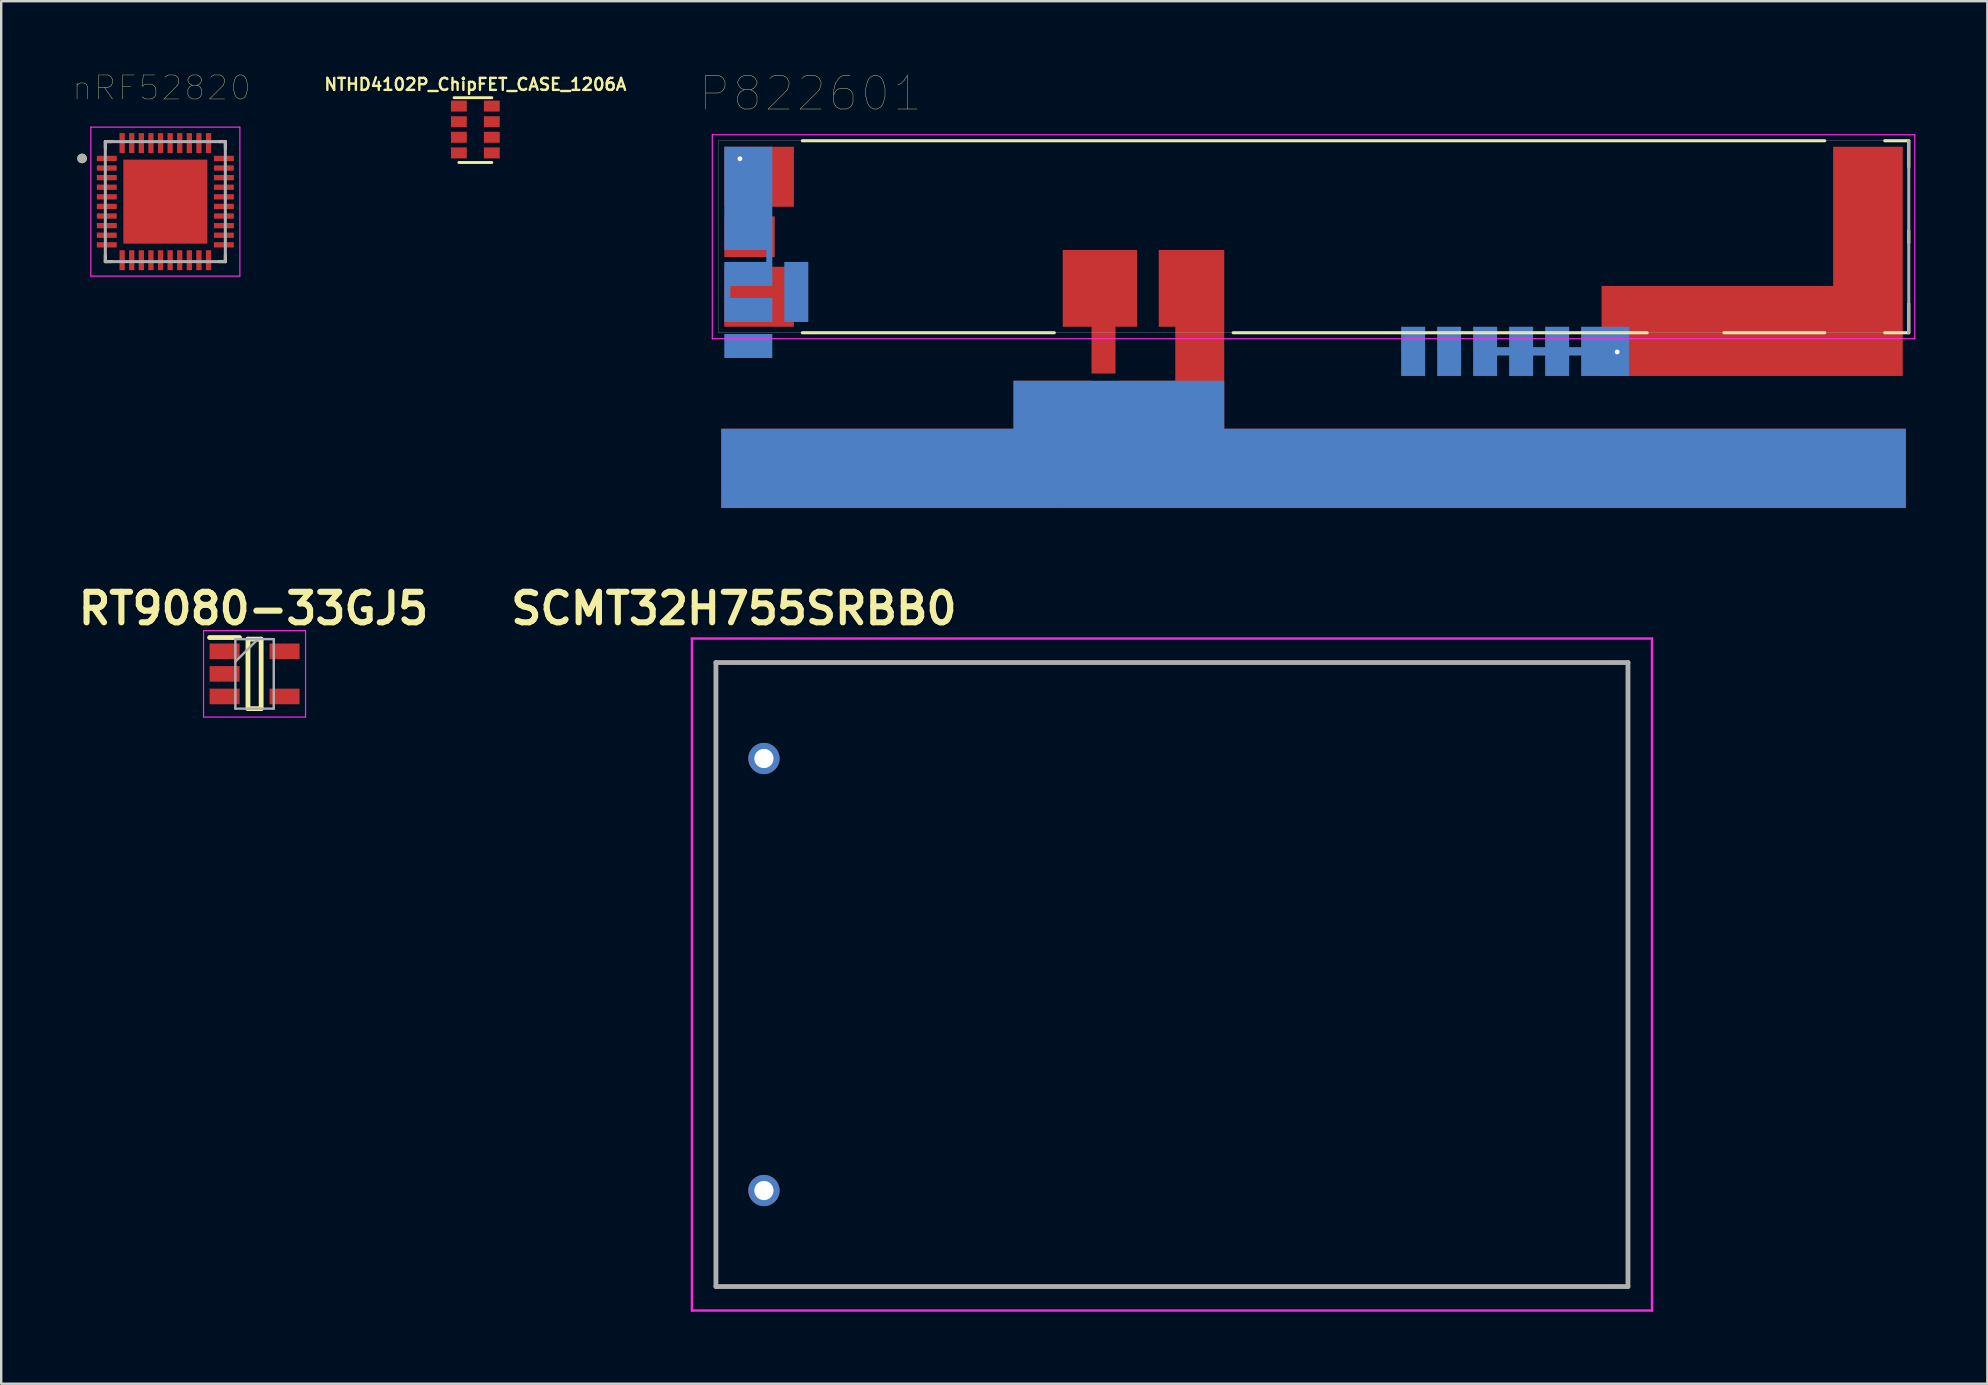
<source format=kicad_pcb>
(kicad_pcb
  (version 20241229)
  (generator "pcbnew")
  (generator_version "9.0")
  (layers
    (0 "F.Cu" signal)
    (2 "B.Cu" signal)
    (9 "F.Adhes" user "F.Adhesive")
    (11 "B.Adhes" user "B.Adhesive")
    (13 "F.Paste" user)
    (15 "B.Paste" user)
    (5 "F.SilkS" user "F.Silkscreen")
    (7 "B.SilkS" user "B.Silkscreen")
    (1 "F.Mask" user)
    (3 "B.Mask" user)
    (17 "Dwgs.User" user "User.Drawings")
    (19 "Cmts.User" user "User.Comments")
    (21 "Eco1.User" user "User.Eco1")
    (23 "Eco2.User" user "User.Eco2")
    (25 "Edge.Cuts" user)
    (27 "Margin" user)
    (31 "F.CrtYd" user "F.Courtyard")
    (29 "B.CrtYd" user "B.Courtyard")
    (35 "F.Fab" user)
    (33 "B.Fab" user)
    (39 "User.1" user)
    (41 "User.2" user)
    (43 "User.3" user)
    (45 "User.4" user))
  (footprint "nRF52820"
    (layer "F.Cu")
    (at 3.839 5.351)
    (property "Reference" "nRF52820" (at -0.155 -4.74 0) (layer "F.SilkS") (effects (font (size 1 1) (thickness 0.015))))
    (attr smd)
    (fp_line (start -2.5 -2.5) (end -2.5 -2.23) (stroke (width 0.127) (type solid)) (layer "F.SilkS"))
    (fp_line (start -2.5 -2.5) (end -2.23 -2.5) (stroke (width 0.127) (type solid)) (layer "F.SilkS"))
    (fp_line (start -2.5 2.5) (end -2.5 2.23) (stroke (width 0.127) (type solid)) (layer "F.SilkS"))
    (fp_line (start -2.5 2.5) (end -2.23 2.5) (stroke (width 0.127) (type solid)) (layer "F.SilkS"))
    (fp_line (start 2.5 -2.5) (end 2.23 -2.5) (stroke (width 0.127) (type solid)) (layer "F.SilkS"))
    (fp_line (start 2.5 -2.5) (end 2.5 -2.23) (stroke (width 0.127) (type solid)) (layer "F.SilkS"))
    (fp_line (start 2.5 2.5) (end 2.23 2.5) (stroke (width 0.127) (type solid)) (layer "F.SilkS"))
    (fp_line (start 2.5 2.5) (end 2.5 2.23) (stroke (width 0.127) (type solid)) (layer "F.SilkS"))
    (fp_circle (center -3.47 -1.8) (end -3.37 -1.8) (stroke (width 0.2) (type solid)) (fill no) (layer "F.SilkS"))
    (fp_poly (pts (xy -1.11 -1.11) (xy 1.11 -1.11) (xy 1.11 1.11) (xy -1.11 1.11)) (stroke (width 0.01) (type solid)) (fill yes) (layer "F.Paste"))
    (fp_line (start -3.105 -3.105) (end 3.105 -3.105) (stroke (width 0.05) (type solid)) (layer "F.CrtYd"))
    (fp_line (start -3.105 3.105) (end -3.105 -3.105) (stroke (width 0.05) (type solid)) (layer "F.CrtYd"))
    (fp_line (start -3.105 3.105) (end 3.105 3.105) (stroke (width 0.05) (type solid)) (layer "F.CrtYd"))
    (fp_line (start 3.105 3.105) (end 3.105 -3.105) (stroke (width 0.05) (type solid)) (layer "F.CrtYd"))
    (fp_line (start -2.5 2.5) (end -2.5 -2.5) (stroke (width 0.127) (type solid)) (layer "F.Fab"))
    (fp_line (start 2.5 -2.5) (end -2.5 -2.5) (stroke (width 0.127) (type solid)) (layer "F.Fab"))
    (fp_line (start 2.5 2.5) (end -2.5 2.5) (stroke (width 0.127) (type solid)) (layer "F.Fab"))
    (fp_line (start 2.5 2.5) (end 2.5 -2.5) (stroke (width 0.127) (type solid)) (layer "F.Fab"))
    (fp_circle (center -3.47 -1.8) (end -3.37 -1.8) (stroke (width 0.2) (type solid)) (fill no) (layer "F.Fab"))
    (pad "1" smd rect (at -2.44 -1.8) (size 0.83 0.22) (layers "F.Cu" "F.Mask" "F.Paste"))
    (pad "2" smd rect (at -2.44 -1.4) (size 0.83 0.22) (layers "F.Cu" "F.Mask" "F.Paste"))
    (pad "3" smd rect (at -2.44 -1) (size 0.83 0.22) (layers "F.Cu" "F.Mask" "F.Paste"))
    (pad "4" smd rect (at -2.44 -0.6) (size 0.83 0.22) (layers "F.Cu" "F.Mask" "F.Paste"))
    (pad "5" smd rect (at -2.44 -0.2) (size 0.83 0.22) (layers "F.Cu" "F.Mask" "F.Paste"))
    (pad "6" smd rect (at -2.44 0.2) (size 0.83 0.22) (layers "F.Cu" "F.Mask" "F.Paste"))
    (pad "7" smd rect (at -2.44 0.6) (size 0.83 0.22) (layers "F.Cu" "F.Mask" "F.Paste"))
    (pad "8" smd rect (at -2.44 1) (size 0.83 0.22) (layers "F.Cu" "F.Mask" "F.Paste"))
    (pad "9" smd rect (at -2.44 1.4) (size 0.83 0.22) (layers "F.Cu" "F.Mask" "F.Paste"))
    (pad "10" smd rect (at -2.44 1.8) (size 0.83 0.22) (layers "F.Cu" "F.Mask" "F.Paste"))
    (pad "11" smd rect (at -1.8 2.44) (size 0.22 0.83) (layers "F.Cu" "F.Mask" "F.Paste"))
    (pad "12" smd rect (at -1.4 2.44) (size 0.22 0.83) (layers "F.Cu" "F.Mask" "F.Paste"))
    (pad "13" smd rect (at -1 2.44) (size 0.22 0.83) (layers "F.Cu" "F.Mask" "F.Paste"))
    (pad "14" smd rect (at -0.6 2.44) (size 0.22 0.83) (layers "F.Cu" "F.Mask" "F.Paste"))
    (pad "15" smd rect (at -0.2 2.44) (size 0.22 0.83) (layers "F.Cu" "F.Mask" "F.Paste"))
    (pad "16" smd rect (at 0.2 2.44) (size 0.22 0.83) (layers "F.Cu" "F.Mask" "F.Paste"))
    (pad "17" smd rect (at 0.6 2.44) (size 0.22 0.83) (layers "F.Cu" "F.Mask" "F.Paste"))
    (pad "18" smd rect (at 1 2.44) (size 0.22 0.83) (layers "F.Cu" "F.Mask" "F.Paste"))
    (pad "19" smd rect (at 1.4 2.44) (size 0.22 0.83) (layers "F.Cu" "F.Mask" "F.Paste"))
    (pad "20" smd rect (at 1.8 2.44) (size 0.22 0.83) (layers "F.Cu" "F.Mask" "F.Paste"))
    (pad "21" smd rect (at 2.44 1.8) (size 0.83 0.22) (layers "F.Cu" "F.Mask" "F.Paste"))
    (pad "22" smd rect (at 2.44 1.4) (size 0.83 0.22) (layers "F.Cu" "F.Mask" "F.Paste"))
    (pad "23" smd rect (at 2.44 1) (size 0.83 0.22) (layers "F.Cu" "F.Mask" "F.Paste"))
    (pad "24" smd rect (at 2.44 0.6) (size 0.83 0.22) (layers "F.Cu" "F.Mask" "F.Paste"))
    (pad "25" smd rect (at 2.44 0.2) (size 0.83 0.22) (layers "F.Cu" "F.Mask" "F.Paste"))
    (pad "26" smd rect (at 2.44 -0.2) (size 0.83 0.22) (layers "F.Cu" "F.Mask" "F.Paste"))
    (pad "27" smd rect (at 2.44 -0.6) (size 0.83 0.22) (layers "F.Cu" "F.Mask" "F.Paste"))
    (pad "28" smd rect (at 2.44 -1) (size 0.83 0.22) (layers "F.Cu" "F.Mask" "F.Paste"))
    (pad "29" smd rect (at 2.44 -1.4) (size 0.83 0.22) (layers "F.Cu" "F.Mask" "F.Paste"))
    (pad "30" smd rect (at 2.44 -1.8) (size 0.83 0.22) (layers "F.Cu" "F.Mask" "F.Paste"))
    (pad "31" smd rect (at 1.8 -2.44) (size 0.22 0.83) (layers "F.Cu" "F.Mask" "F.Paste"))
    (pad "32" smd rect (at 1.4 -2.44) (size 0.22 0.83) (layers "F.Cu" "F.Mask" "F.Paste"))
    (pad "33" smd rect (at 1 -2.44) (size 0.22 0.83) (layers "F.Cu" "F.Mask" "F.Paste"))
    (pad "34" smd rect (at 0.6 -2.44) (size 0.22 0.83) (layers "F.Cu" "F.Mask" "F.Paste"))
    (pad "35" smd rect (at 0.2 -2.44) (size 0.22 0.83) (layers "F.Cu" "F.Mask" "F.Paste"))
    (pad "36" smd rect (at -0.2 -2.44) (size 0.22 0.83) (layers "F.Cu" "F.Mask" "F.Paste"))
    (pad "37" smd rect (at -0.6 -2.44) (size 0.22 0.83) (layers "F.Cu" "F.Mask" "F.Paste"))
    (pad "38" smd rect (at -1 -2.44) (size 0.22 0.83) (layers "F.Cu" "F.Mask" "F.Paste"))
    (pad "39" smd rect (at -1.4 -2.44) (size 0.22 0.83) (layers "F.Cu" "F.Mask" "F.Paste"))
    (pad "40" smd rect (at -1.8 -2.44) (size 0.22 0.83) (layers "F.Cu" "F.Mask" "F.Paste"))
    (pad "41" smd rect (at 0 0) (size 3.5 3.5) (layers "F.Cu" "F.Mask")))
  (footprint "NTHD4102P_ChipFET_CASE_1206A"
    (layer "F.Cu")
    (at 16.755 2.368)
    (property "Reference" "NTHD4102P_ChipFET_CASE_1206A" (at 0 -1.9 0) (layer "F.SilkS") (effects (font (size 0.5 0.5) (thickness 0.1))))
    (attr through_hole)
    (fp_line (start -0.886 -1.347) (end 0.686 -1.347) (stroke (width 0.12) (type solid)) (layer "F.SilkS"))
    (fp_line (start -0.686 1.353) (end 0.686 1.353) (stroke (width 0.12) (type solid)) (layer "F.SilkS"))
    (pad "1" smd rect (at -0.686 -0.998) (size 0.66 0.457) (layers "F.Cu" "F.Mask" "F.Paste"))
    (pad "2" smd rect (at -0.686 -0.347) (size 0.66 0.457) (layers "F.Cu" "F.Mask" "F.Paste"))
    (pad "3" smd rect (at -0.686 0.302) (size 0.66 0.457) (layers "F.Cu" "F.Mask" "F.Paste"))
    (pad "4" smd rect (at -0.686 0.953) (size 0.66 0.457) (layers "F.Cu" "F.Mask" "F.Paste"))
    (pad "5" smd rect (at 0.686 0.953) (size 0.66 0.457) (layers "F.Cu" "F.Mask" "F.Paste"))
    (pad "6" smd rect (at 0.686 0.302) (size 0.66 0.457) (layers "F.Cu" "F.Mask" "F.Paste"))
    (pad "7" smd rect (at 0.686 -0.347) (size 0.66 0.457) (layers "F.Cu" "F.Mask" "F.Paste"))
    (pad "8" smd rect (at 0.686 -0.998) (size 0.66 0.457) (layers "F.Cu" "F.Mask" "F.Paste")))
  (footprint "RT9080-33GJ5"
    (layer "F.Cu")
    (at 7.556 25.027)
    (property "Reference" "RT9080-33GJ5" (at -0.045 -2.724 0) (layer "F.SilkS") (effects (font (size 1.27 1.27) (thickness 0.254))))
    (attr smd)
    (fp_line (start -1.875 -1.514) (end -0.625 -1.514) (stroke (width 0.2) (type solid)) (layer "F.SilkS"))
    (fp_line (start -0.275 -1.448) (end 0.275 -1.448) (stroke (width 0.2) (type solid)) (layer "F.SilkS"))
    (fp_line (start -0.275 1.448) (end -0.275 -1.448) (stroke (width 0.2) (type solid)) (layer "F.SilkS"))
    (fp_line (start 0.275 -1.448) (end 0.275 1.448) (stroke (width 0.2) (type solid)) (layer "F.SilkS"))
    (fp_line (start 0.275 1.448) (end -0.275 1.448) (stroke (width 0.2) (type solid)) (layer "F.SilkS"))
    (fp_line (start -2.125 -1.8) (end 2.125 -1.8) (stroke (width 0.05) (type solid)) (layer "F.CrtYd"))
    (fp_line (start -2.125 1.8) (end -2.125 -1.8) (stroke (width 0.05) (type solid)) (layer "F.CrtYd"))
    (fp_line (start 2.125 -1.8) (end 2.125 1.8) (stroke (width 0.05) (type solid)) (layer "F.CrtYd"))
    (fp_line (start 2.125 1.8) (end -2.125 1.8) (stroke (width 0.05) (type solid)) (layer "F.CrtYd"))
    (fp_line (start -0.8 -1.448) (end 0.8 -1.448) (stroke (width 0.1) (type solid)) (layer "F.Fab"))
    (fp_line (start -0.8 -0.508) (end 0.14 -1.448) (stroke (width 0.1) (type solid)) (layer "F.Fab"))
    (fp_line (start -0.8 1.448) (end -0.8 -1.448) (stroke (width 0.1) (type solid)) (layer "F.Fab"))
    (fp_line (start 0.8 -1.448) (end 0.8 1.448) (stroke (width 0.1) (type solid)) (layer "F.Fab"))
    (fp_line (start 0.8 1.448) (end -0.8 1.448) (stroke (width 0.1) (type solid)) (layer "F.Fab"))
    (pad "1" smd rect (at -1.25 -0.94 90) (size 0.65 1.25) (layers "F.Cu" "F.Mask" "F.Paste"))
    (pad "2" smd rect (at -1.25 0 90) (size 0.65 1.25) (layers "F.Cu" "F.Mask" "F.Paste"))
    (pad "3" smd rect (at -1.25 0.94 90) (size 0.65 1.25) (layers "F.Cu" "F.Mask" "F.Paste"))
    (pad "4" smd rect (at 1.25 0.94 90) (size 0.65 1.25) (layers "F.Cu" "F.Mask" "F.Paste"))
    (pad "5" smd rect (at 1.25 -0.94 90) (size 0.65 1.25) (layers "F.Cu" "F.Mask" "F.Paste")))
  (footprint "SCMT32H755SRBB0"
    (layer "F.Cu")
    (at 28.779 31.803)
    (property "Reference" "SCMT32H755SRBB0" (at -1.25 -9.5 0) (layer "F.SilkS") (effects (font (size 1.27 1.27) (thickness 0.254))))
    (attr through_hole)
    (fp_line (start -2 -7.25) (end 36 -7.25) (stroke (width 0.1) (type solid)) (layer "F.SilkS"))
    (fp_line (start -2 18.75) (end -2 -7.25) (stroke (width 0.1) (type solid)) (layer "F.SilkS"))
    (fp_line (start 36 -7.25) (end 36 18.75) (stroke (width 0.1) (type solid)) (layer "F.SilkS"))
    (fp_line (start 36 18.75) (end -2 18.75) (stroke (width 0.1) (type solid)) (layer "F.SilkS"))
    (fp_line (start -3 -8.25) (end 37 -8.25) (stroke (width 0.1) (type solid)) (layer "F.CrtYd"))
    (fp_line (start -3 19.75) (end -3 -8.25) (stroke (width 0.1) (type solid)) (layer "F.CrtYd"))
    (fp_line (start 37 -8.25) (end 37 19.75) (stroke (width 0.1) (type solid)) (layer "F.CrtYd"))
    (fp_line (start 37 19.75) (end -3 19.75) (stroke (width 0.1) (type solid)) (layer "F.CrtYd"))
    (fp_line (start -2 -7.25) (end 36 -7.25) (stroke (width 0.2) (type solid)) (layer "F.Fab"))
    (fp_line (start -2 18.75) (end -2 -7.25) (stroke (width 0.2) (type solid)) (layer "F.Fab"))
    (fp_line (start 36 -7.25) (end 36 18.75) (stroke (width 0.2) (type solid)) (layer "F.Fab"))
    (fp_line (start 36 18.75) (end -2 18.75) (stroke (width 0.2) (type solid)) (layer "F.Fab"))
    (pad "1" thru_hole circle (at 0 -3.25) (size 1.3 1.3) (drill 0.8) (layers "*.Cu" "*.Mask"))
    (pad "2" thru_hole circle (at 0 14.75) (size 1.3 1.3) (drill 0.8) (layers "*.Cu" "*.Mask")))
  (footprint "P822601"
    (layer "F.Cu")
    (at 26.878 2.814)
    (property "Reference" "P822601" (at 3.845 -1.969 0) (layer "F.SilkS") (effects (font (size 1.4 1.4) (thickness 0.015))))
    (attr smd)
    (fp_line (start 3.5 0) (end 46.1 0) (stroke (width 0.127) (type solid)) (layer "F.SilkS"))
    (fp_line (start 14 8) (end 3.5 8) (stroke (width 0.127) (type solid)) (layer "F.SilkS"))
    (fp_line (start 38.7 8) (end 21.45 8) (stroke (width 0.127) (type solid)) (layer "F.SilkS"))
    (fp_line (start 46.1 8) (end 41.9 8) (stroke (width 0.127) (type solid)) (layer "F.SilkS"))
    (fp_line (start 48.6 0) (end 49.6 0) (stroke (width 0.127) (type solid)) (layer "F.SilkS"))
    (fp_line (start 49.6 0) (end 49.6 1.1) (stroke (width 0.127) (type solid)) (layer "F.SilkS"))
    (fp_line (start 49.6 3.75) (end 49.6 4.25) (stroke (width 0.127) (type solid)) (layer "F.SilkS"))
    (fp_line (start 49.6 6.8) (end 49.6 8) (stroke (width 0.127) (type solid)) (layer "F.SilkS"))
    (fp_line (start 49.6 8) (end 48.6 8) (stroke (width 0.127) (type solid)) (layer "F.SilkS"))
    (fp_line (start -0.25 -0.25) (end 49.85 -0.25) (stroke (width 0.05) (type solid)) (layer "F.CrtYd"))
    (fp_line (start -0.25 8.25) (end -0.25 -0.25) (stroke (width 0.05) (type solid)) (layer "F.CrtYd"))
    (fp_line (start 49.85 -0.25) (end 49.85 8.25) (stroke (width 0.05) (type solid)) (layer "F.CrtYd"))
    (fp_line (start 49.85 8.25) (end -0.25 8.25) (stroke (width 0.05) (type solid)) (layer "F.CrtYd"))
    (fp_line (start 0 0) (end 49.6 0) (stroke (width 0.01) (type solid)) (layer "F.Fab"))
    (fp_line (start 0 8) (end 0 0) (stroke (width 0.01) (type solid)) (layer "F.Fab"))
    (fp_line (start 49.6 0) (end 49.6 8) (stroke (width 0.127) (type solid)) (layer "F.Fab"))
    (fp_line (start 49.6 8) (end 0 8) (stroke (width 0.01) (type solid)) (layer "F.Fab"))
    (pad "" smd rect (at 0.505 4.25) (size 0.53 0.6) (layers "B.Mask"))
    (pad "" smd rect (at 0.505 5.35) (size 0.53 0.6) (layers "B.Mask"))
    (pad "" smd rect (at 0.505 7.25) (size 0.53 0.6) (layers "B.Mask"))
    (pad "" smd rect (at 0.505 8.35) (size 0.53 0.6) (layers "B.Mask"))
    (pad "" smd rect (at 1.25 8.55) (size 2 1) (layers "B.Cu"))
    (pad "" smd rect (at 1.3 4) (size 2.1 1.7) (layers "F.Cu" "F.Mask" "F.Paste"))
    (pad "" smd custom (at 1.7 2.05) (size 2.9 1.4) (layers "F.Mask" "F.Paste") (options (anchor rect)) (primitives (gr_poly (pts (xy 1.45 -0.7) (xy 1.45 -1.8) (xy -0.2 -1.8) (xy -0.2 -0.7)) (width 0) (fill yes))))
    (pad "" smd rect (at 1.7 6.5) (size 2.9 2.5) (layers "F.Cu" "F.Mask" "F.Paste"))
    (pad "" smd rect (at 1.985 5.75) (size 0.53 0.6) (layers "B.Mask"))
    (pad "" smd rect (at 1.985 6.85) (size 0.53 0.6) (layers "B.Mask"))
    (pad "" smd rect (at 3.015 5.75) (size 0.53 0.6) (layers "B.Mask"))
    (pad "" smd rect (at 3.015 6.85) (size 0.53 0.6) (layers "B.Mask"))
    (pad "" smd rect (at 3.25 6.3) (size 1 2.5) (layers "B.Cu"))
    (pad "" smd rect (at 15.9 6.16) (size 3.1 3.18) (layers "F.Mask" "F.Paste"))
    (pad "" smd rect (at 19.715 6.16) (size 2.73 3.18) (layers "F.Mask" "F.Paste"))
    (pad "" smd rect (at 28.95 8.775) (size 1 2.05) (layers "B.Cu"))
    (pad "" smd rect (at 29.15 9.535) (size 0.6 0.53) (layers "B.Mask"))
    (pad "" smd rect (at 30.25 9.535) (size 0.6 0.53) (layers "B.Mask"))
    (pad "" smd rect (at 30.45 8.775) (size 1 2.05) (layers "B.Cu"))
    (pad "" smd rect (at 30.65 8.05) (size 0.6 0.6) (layers "B.Mask"))
    (pad "" smd rect (at 31.75 8.05) (size 0.6 0.6) (layers "B.Mask"))
    (pad "" smd rect (at 32.15 9.535) (size 0.6 0.53) (layers "B.Mask"))
    (pad "" smd rect (at 33.25 9.535) (size 0.6 0.53) (layers "B.Mask"))
    (pad "" smd rect (at 33.65 8.05) (size 0.6 0.6) (layers "B.Mask"))
    (pad "" smd rect (at 34.75 8.05) (size 0.6 0.6) (layers "B.Mask"))
    (pad "" smd rect (at 35.15 9.535) (size 0.6 0.53) (layers "B.Mask"))
    (pad "" smd rect (at 36.25 9.535) (size 0.6 0.53) (layers "B.Mask"))
    (pad "" smd rect (at 40.3 7.15) (size 2.4 1.2) (layers "F.Mask" "F.Paste"))
    (pad "" smd rect (at 47.35 4) (size 1.8 7.5) (layers "F.Mask" "F.Paste"))
    (pad "" smd rect (at 48.8 2.45) (size 1.1 2) (layers "F.Mask" "F.Paste"))
    (pad "" smd rect (at 48.8 5.55) (size 1.1 2) (layers "F.Mask" "F.Paste"))
    (pad "1" smd custom (at 15.9 6.15) (size 3.1 3.2) (layers "F.Cu") (options (anchor rect)) (primitives (gr_poly (pts (xy -0.35 1.6) (xy -0.35 3.55) (xy 0.65 3.55) (xy 0.65 1.6)) (width 0) (fill yes))))
    (pad "2" smd custom (at 7.213 13.65) (size 14.175 3.3) (layers "F.Cu") (options (anchor rect)) (primitives (gr_poly (pts (xy 7.088 -1.6) (xy 7.088 -3.15) (xy 8.338 -3.15) (xy 8.338 -3.65) (xy 5.088 -3.65) (xy 5.088 -1.6)) (width 0) (fill yes))))
    (pad "2" smd custom (at 16.69 11) (size 8.78 2) (layers "B.Cu") (options (anchor rect)) (primitives (gr_poly (pts (xy 4.2 1) (xy 32.785 1) (xy 32.785 4.3) (xy -16.565 4.3) (xy -16.565 1)) (width 0) (fill yes))))
    (pad "2" smd custom (at 19.715 6.15) (size 2.73 3.2) (layers "F.Cu") (options (anchor rect)) (primitives (gr_poly (pts (xy -0.675 1.6) (xy 1.365 1.6) (xy 1.365 5.85) (xy 29.76 5.85) (xy 29.76 9.15) (xy -3.015 9.15) (xy -3.015 3.85) (xy -0.675 3.85)) (width 0) (fill yes))))
    (pad "4" smd custom (at 31.95 8.775) (size 1 2.05) (layers "B.Cu") (options (anchor rect)) (primitives (gr_poly (pts (xy 0.5 -0.175) (xy 1 -0.175) (xy 1 -1.025) (xy 2 -1.025) (xy 2 -0.175) (xy 2.5 -0.175) (xy 2.5 -1.025) (xy 3.5 -1.025) (xy 3.5 -0.175) (xy 4 -0.175) (xy 4 -1.025) (xy 6 -1.025) (xy 6 1.025) (xy 4 1.025) (xy 4 0.175) (xy 3.5 0.175) (xy 3.5 1.025) (xy 2.5 1.025) (xy 2.5 0.175) (xy 2 0.175) (xy 2 1.025) (xy 1 1.025) (xy 1 0.175) (xy 0.5 0.175)) (width 0) (fill yes))))
    (pad "4" thru_hole circle (at 37.45 8.8) (size 0.4 0.4) (drill 0.2) (layers "*.Cu"))
    (pad "4" smd custom (at 43.075 7.925) (size 12.55 3.75) (layers "F.Cu") (options (anchor rect)) (primitives (gr_poly (pts (xy 3.375 -1.875) (xy 6.275 -1.875) (xy 6.275 -7.675) (xy 3.375 -7.675)) (width 0) (fill yes))))
    (pad "5" thru_hole circle (at 0.9 0.75) (size 0.4 0.4) (drill 0.2) (layers "*.Cu"))
    (pad "5" smd custom (at 1.25 2.4) (size 2 4.3) (layers "B.Cu") (options (anchor rect)) (primitives (gr_poly (pts (xy 1 2.15) (xy 1 3.65) (xy -0.75 3.65) (xy -0.75 4.15) (xy 1 4.15) (xy 1 5.15) (xy -1 5.15) (xy -1 2.65) (xy 0.75 2.65) (xy 0.75 2.15)) (width 0) (fill yes))))
    (pad "5" smd rect (at 1.7 1.5) (size 2.9 2.5) (layers "F.Cu")))
  (gr_rect
    (start -3 -3)
    (end 79.753 54.603)
    (stroke (width 0.1) (type default))
    (fill no)
    (layer "Edge.Cuts")))
</source>
